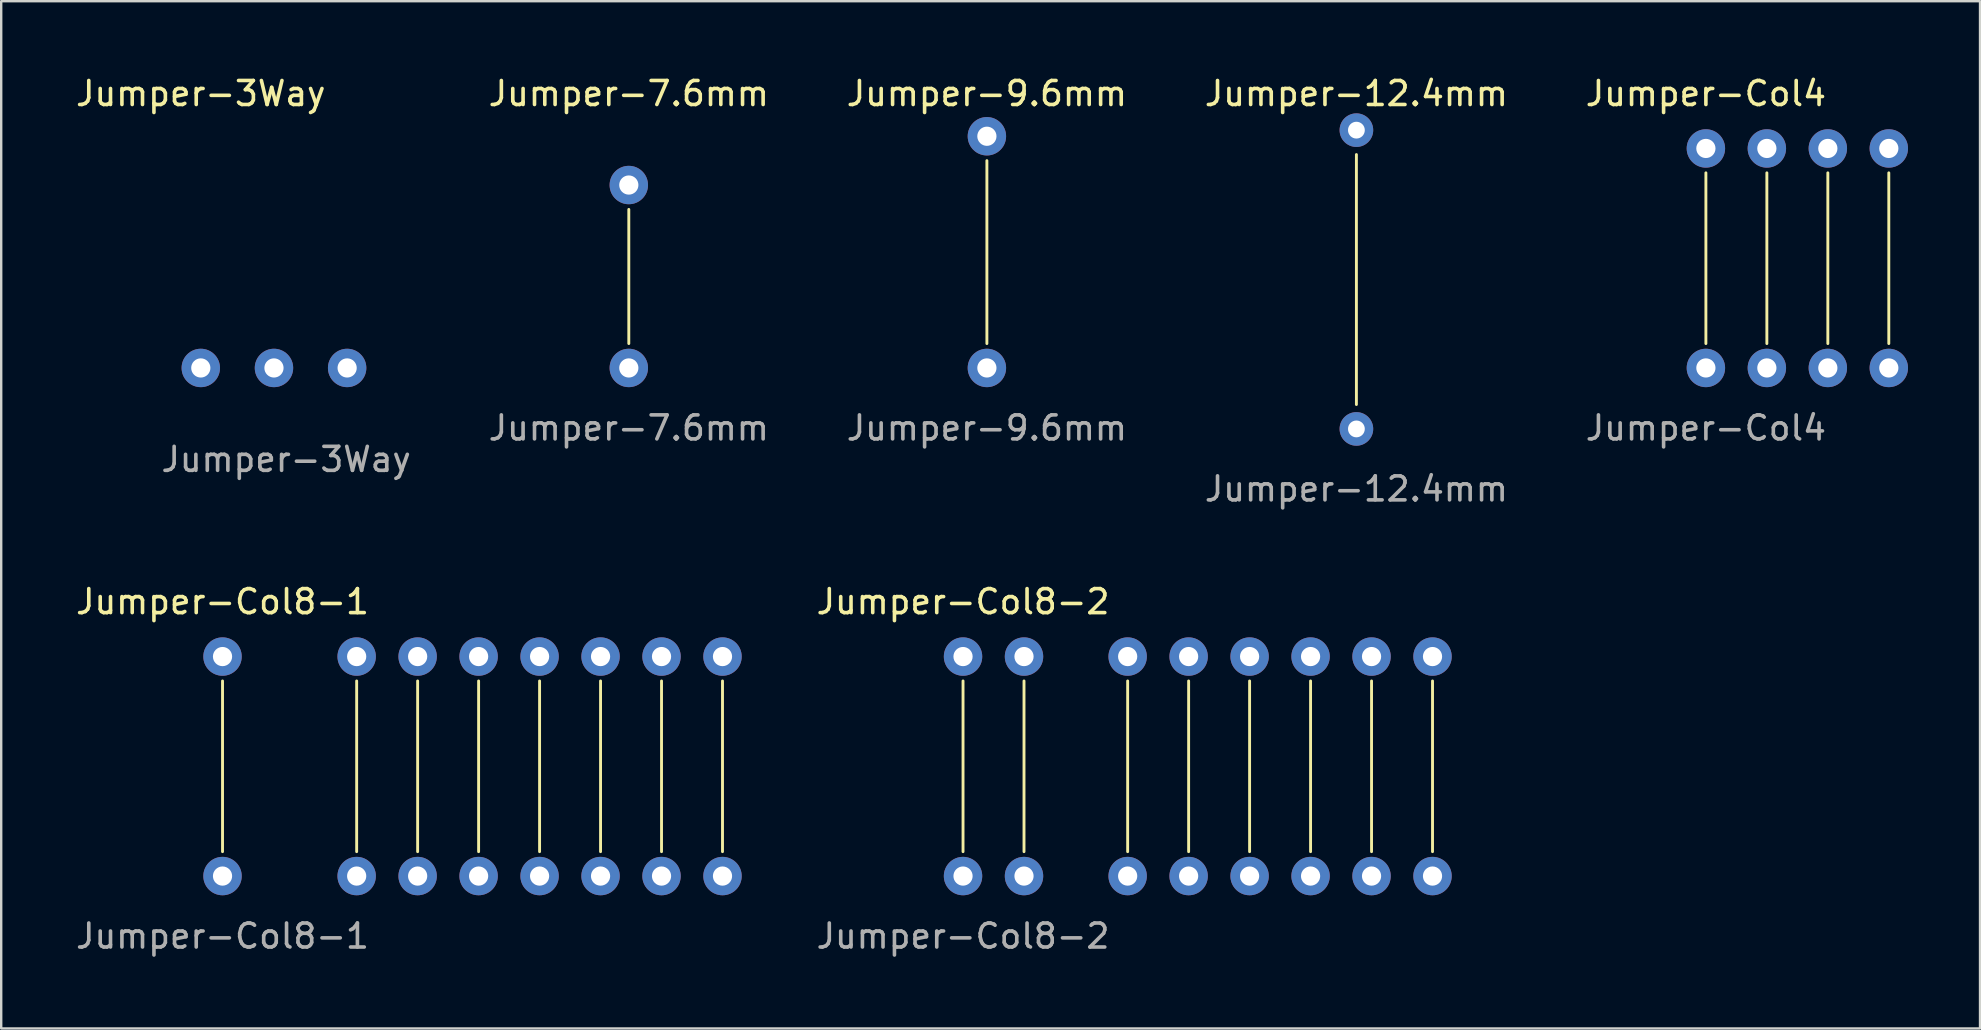
<source format=kicad_pcb>
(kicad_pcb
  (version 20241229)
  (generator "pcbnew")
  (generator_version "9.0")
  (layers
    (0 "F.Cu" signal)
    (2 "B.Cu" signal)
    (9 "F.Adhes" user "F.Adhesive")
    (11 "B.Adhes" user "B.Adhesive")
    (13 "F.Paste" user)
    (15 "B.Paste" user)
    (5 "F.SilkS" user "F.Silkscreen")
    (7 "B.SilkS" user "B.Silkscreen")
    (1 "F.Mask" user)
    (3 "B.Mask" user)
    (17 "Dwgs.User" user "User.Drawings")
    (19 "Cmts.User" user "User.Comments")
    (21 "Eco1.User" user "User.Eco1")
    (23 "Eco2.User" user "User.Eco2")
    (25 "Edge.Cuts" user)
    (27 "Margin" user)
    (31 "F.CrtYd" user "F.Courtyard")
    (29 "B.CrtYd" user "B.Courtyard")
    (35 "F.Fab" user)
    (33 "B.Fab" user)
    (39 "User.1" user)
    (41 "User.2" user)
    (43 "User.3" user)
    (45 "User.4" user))
  (footprint "Jumper-Col4"
    (layer "F.Cu")
    (at 68.014 12.278)
    (property "Reference" "Jumper-Col4" (at 0 -11.43 0) (unlocked yes) (layer "F.SilkS") (effects (font (size 1 1) (thickness 0.15))))
    (attr smd)
    (fp_line (start 0 -8.128) (end 0 -1.016) (stroke (width 0.12) (type default)) (layer "F.SilkS"))
    (fp_line (start 2.54 -8.128) (end 2.54 -1.016) (stroke (width 0.12) (type default)) (layer "F.SilkS"))
    (fp_line (start 5.08 -8.128) (end 5.08 -1.016) (stroke (width 0.12) (type default)) (layer "F.SilkS"))
    (fp_line (start 7.62 -8.128) (end 7.62 -1.016) (stroke (width 0.12) (type default)) (layer "F.SilkS"))
    (fp_text user "${REFERENCE}" (at 0 2.5 0) (unlocked yes) (layer "F.Fab") (effects (font (size 1 1) (thickness 0.15))))
    (pad "1" thru_hole circle (at 0 0) (size 1.6 1.6) (drill 0.8) (layers "*.Cu" "*.Mask"))
    (pad "2" thru_hole circle (at 2.54 0) (size 1.6 1.6) (drill 0.8) (layers "*.Cu" "*.Mask"))
    (pad "3" thru_hole circle (at 5.08 0) (size 1.6 1.6) (drill 0.8) (layers "*.Cu" "*.Mask"))
    (pad "4" thru_hole circle (at 7.62 0) (size 1.6 1.6) (drill 0.8) (layers "*.Cu" "*.Mask"))
    (pad "5" thru_hole circle (at 7.62 -9.144) (size 1.6 1.6) (drill 0.8) (layers "*.Cu" "*.Mask"))
    (pad "6" thru_hole circle (at 5.08 -9.144) (size 1.6 1.6) (drill 0.8) (layers "*.Cu" "*.Mask"))
    (pad "7" thru_hole circle (at 2.54 -9.144) (size 1.6 1.6) (drill 0.8) (layers "*.Cu" "*.Mask"))
    (pad "8" thru_hole circle (at 0 -9.144) (size 1.6 1.6) (drill 0.8) (layers "*.Cu" "*.Mask")))
  (footprint "Jumper-Col8-2"
    (layer "F.Cu")
    (at 37.068 33.445)
    (property "Reference" "Jumper-Col8-2" (at 0 -11.43 0) (unlocked yes) (layer "F.SilkS") (effects (font (size 1 1) (thickness 0.15))))
    (attr smd)
    (fp_line (start 0 -8.128) (end 0 -1.016) (stroke (width 0.12) (type default)) (layer "F.SilkS"))
    (fp_line (start 2.54 -8.128) (end 2.54 -1.016) (stroke (width 0.12) (type default)) (layer "F.SilkS"))
    (fp_line (start 6.858 -8.128) (end 6.858 -1.016) (stroke (width 0.12) (type default)) (layer "F.SilkS"))
    (fp_line (start 9.398 -8.128) (end 9.398 -1.016) (stroke (width 0.12) (type default)) (layer "F.SilkS"))
    (fp_line (start 11.938 -8.128) (end 11.938 -1.016) (stroke (width 0.12) (type default)) (layer "F.SilkS"))
    (fp_line (start 14.478 -8.128) (end 14.478 -1.016) (stroke (width 0.12) (type default)) (layer "F.SilkS"))
    (fp_line (start 17.018 -8.128) (end 17.018 -1.016) (stroke (width 0.12) (type default)) (layer "F.SilkS"))
    (fp_line (start 19.558 -8.128) (end 19.558 -1.016) (stroke (width 0.12) (type default)) (layer "F.SilkS"))
    (fp_text user "${REFERENCE}" (at 0 2.5 0) (unlocked yes) (layer "F.Fab") (effects (font (size 1 1) (thickness 0.15))))
    (pad "1" thru_hole circle (at 0 0) (size 1.6 1.6) (drill 0.8) (layers "*.Cu" "*.Mask"))
    (pad "2" thru_hole circle (at 0 -9.144) (size 1.6 1.6) (drill 0.8) (layers "*.Cu" "*.Mask"))
    (pad "3" thru_hole circle (at 2.54 0) (size 1.6 1.6) (drill 0.8) (layers "*.Cu" "*.Mask"))
    (pad "4" thru_hole circle (at 2.54 -9.144) (size 1.6 1.6) (drill 0.8) (layers "*.Cu" "*.Mask"))
    (pad "5" thru_hole circle (at 6.858 0) (size 1.6 1.6) (drill 0.8) (layers "*.Cu" "*.Mask"))
    (pad "6" thru_hole circle (at 6.858 -9.144) (size 1.6 1.6) (drill 0.8) (layers "*.Cu" "*.Mask"))
    (pad "7" thru_hole circle (at 9.398 0) (size 1.6 1.6) (drill 0.8) (layers "*.Cu" "*.Mask"))
    (pad "8" thru_hole circle (at 9.398 -9.144) (size 1.6 1.6) (drill 0.8) (layers "*.Cu" "*.Mask"))
    (pad "9" thru_hole circle (at 11.938 0) (size 1.6 1.6) (drill 0.8) (layers "*.Cu" "*.Mask"))
    (pad "10" thru_hole circle (at 11.938 -9.144) (size 1.6 1.6) (drill 0.8) (layers "*.Cu" "*.Mask"))
    (pad "11" thru_hole circle (at 14.478 0) (size 1.6 1.6) (drill 0.8) (layers "*.Cu" "*.Mask"))
    (pad "12" thru_hole circle (at 14.478 -9.144) (size 1.6 1.6) (drill 0.8) (layers "*.Cu" "*.Mask"))
    (pad "13" thru_hole circle (at 17.018 0) (size 1.6 1.6) (drill 0.8) (layers "*.Cu" "*.Mask"))
    (pad "14" thru_hole circle (at 17.018 -9.144) (size 1.6 1.6) (drill 0.8) (layers "*.Cu" "*.Mask"))
    (pad "15" thru_hole circle (at 19.558 0) (size 1.6 1.6) (drill 0.8) (layers "*.Cu" "*.Mask"))
    (pad "16" thru_hole circle (at 19.558 -9.144 90) (size 1.6 1.6) (drill 0.8) (layers "*.Cu" "*.Mask")))
  (footprint "Jumper-9.6mm"
    (layer "F.Cu")
    (at 38.062 12.278)
    (property "Reference" "Jumper-9.6mm" (at 0 -11.43 0) (unlocked yes) (layer "F.SilkS") (effects (font (size 1 1) (thickness 0.15))))
    (attr smd)
    (fp_line (start 0 -8.636) (end 0 -1.016) (stroke (width 0.12) (type default)) (layer "F.SilkS"))
    (fp_text user "${REFERENCE}" (at 0 2.5 0) (unlocked yes) (layer "F.Fab") (effects (font (size 1 1) (thickness 0.15))))
    (pad "1" thru_hole circle (at 0 0) (size 1.6 1.6) (drill 0.8) (layers "*.Cu" "*.Mask"))
    (pad "2" thru_hole circle (at 0 -9.652) (size 1.6 1.6) (drill 0.8) (layers "*.Cu" "*.Mask")))
  (footprint "Jumper-Col8-1"
    (layer "F.Cu")
    (at 6.22 33.445)
    (property "Reference" "Jumper-Col8-1" (at 0 -11.43 0) (unlocked yes) (layer "F.SilkS") (effects (font (size 1 1) (thickness 0.15))))
    (attr smd)
    (fp_line (start 0 -8.128) (end 0 -1.016) (stroke (width 0.12) (type default)) (layer "F.SilkS"))
    (fp_line (start 5.588 -8.128) (end 5.588 -1.016) (stroke (width 0.12) (type default)) (layer "F.SilkS"))
    (fp_line (start 8.128 -8.128) (end 8.128 -1.016) (stroke (width 0.12) (type default)) (layer "F.SilkS"))
    (fp_line (start 10.668 -8.128) (end 10.668 -1.016) (stroke (width 0.12) (type default)) (layer "F.SilkS"))
    (fp_line (start 13.208 -8.128) (end 13.208 -1.016) (stroke (width 0.12) (type default)) (layer "F.SilkS"))
    (fp_line (start 15.748 -8.128) (end 15.748 -1.016) (stroke (width 0.12) (type default)) (layer "F.SilkS"))
    (fp_line (start 18.288 -8.128) (end 18.288 -1.016) (stroke (width 0.12) (type default)) (layer "F.SilkS"))
    (fp_line (start 20.828 -8.128) (end 20.828 -1.016) (stroke (width 0.12) (type default)) (layer "F.SilkS"))
    (fp_text user "${REFERENCE}" (at 0 2.5 0) (unlocked yes) (layer "F.Fab") (effects (font (size 1 1) (thickness 0.15))))
    (pad "1" thru_hole circle (at 0 0) (size 1.6 1.6) (drill 0.8) (layers "*.Cu" "*.Mask"))
    (pad "2" thru_hole circle (at 0 -9.144) (size 1.6 1.6) (drill 0.8) (layers "*.Cu" "*.Mask"))
    (pad "3" thru_hole circle (at 5.588 0) (size 1.6 1.6) (drill 0.8) (layers "*.Cu" "*.Mask"))
    (pad "4" thru_hole circle (at 5.588 -9.144) (size 1.6 1.6) (drill 0.8) (layers "*.Cu" "*.Mask"))
    (pad "5" thru_hole circle (at 8.128 0) (size 1.6 1.6) (drill 0.8) (layers "*.Cu" "*.Mask"))
    (pad "6" thru_hole circle (at 8.128 -9.144) (size 1.6 1.6) (drill 0.8) (layers "*.Cu" "*.Mask"))
    (pad "7" thru_hole circle (at 10.668 0) (size 1.6 1.6) (drill 0.8) (layers "*.Cu" "*.Mask"))
    (pad "8" thru_hole circle (at 10.668 -9.144) (size 1.6 1.6) (drill 0.8) (layers "*.Cu" "*.Mask"))
    (pad "9" thru_hole circle (at 13.208 0) (size 1.6 1.6) (drill 0.8) (layers "*.Cu" "*.Mask"))
    (pad "10" thru_hole circle (at 13.208 -9.144) (size 1.6 1.6) (drill 0.8) (layers "*.Cu" "*.Mask"))
    (pad "11" thru_hole circle (at 15.748 0) (size 1.6 1.6) (drill 0.8) (layers "*.Cu" "*.Mask"))
    (pad "12" thru_hole circle (at 15.748 -9.144) (size 1.6 1.6) (drill 0.8) (layers "*.Cu" "*.Mask"))
    (pad "13" thru_hole circle (at 18.288 0) (size 1.6 1.6) (drill 0.8) (layers "*.Cu" "*.Mask"))
    (pad "14" thru_hole circle (at 18.288 -9.144) (size 1.6 1.6) (drill 0.8) (layers "*.Cu" "*.Mask"))
    (pad "15" thru_hole circle (at 20.828 0) (size 1.6 1.6) (drill 0.8) (layers "*.Cu" "*.Mask"))
    (pad "16" thru_hole circle (at 20.828 -9.144 90) (size 1.6 1.6) (drill 0.8) (layers "*.Cu" "*.Mask")))
  (footprint "Jumper-7.6mm"
    (layer "F.Cu")
    (at 23.145 12.278)
    (property "Reference" "Jumper-7.6mm" (at 0 -11.43 0) (unlocked yes) (layer "F.SilkS") (effects (font (size 1 1) (thickness 0.15))))
    (attr smd)
    (fp_line (start 0 -6.604) (end 0 -1.016) (stroke (width 0.12) (type default)) (layer "F.SilkS"))
    (fp_text user "${REFERENCE}" (at 0 2.5 0) (unlocked yes) (layer "F.Fab") (effects (font (size 1 1) (thickness 0.15))))
    (pad "1" thru_hole circle (at 0 0) (size 1.6 1.6) (drill 0.8) (layers "*.Cu" "*.Mask"))
    (pad "2" thru_hole circle (at 0 -7.62) (size 1.6 1.6) (drill 0.8) (layers "*.Cu" "*.Mask")))
  (footprint "Jumper-3Way"
    (layer "F.Cu")
    (at 5.315 12.278)
    (property "Reference" "Jumper-3Way" (at 0 -11.43 0) (unlocked yes) (layer "F.SilkS") (effects (font (size 1 1) (thickness 0.15))))
    (attr smd)
    (fp_text user "${REFERENCE}" (at 3.556 3.81 0) (unlocked yes) (layer "F.Fab") (effects (font (size 1 1) (thickness 0.15))))
    (pad "1" thru_hole circle (at 0 0) (size 1.6 1.6) (drill 0.8) (layers "*.Cu" "*.Mask"))
    (pad "2" thru_hole circle (at 3.048 0) (size 1.6 1.6) (drill 0.8) (layers "*.Cu" "*.Mask"))
    (pad "3" thru_hole circle (at 6.096 0) (size 1.6 1.6) (drill 0.8) (layers "*.Cu" "*.Mask")))
  (footprint "Jumper-12.4mm"
    (layer "F.Cu")
    (at 53.455 14.818)
    (property "Reference" "Jumper-12.4mm" (at 0 -13.97 0) (unlocked yes) (layer "F.SilkS") (effects (font (size 1 1) (thickness 0.15))))
    (attr smd)
    (fp_line (start 0 -11.43) (end 0 -1.016) (stroke (width 0.12) (type default)) (layer "F.SilkS"))
    (fp_text user "${REFERENCE}" (at 0 2.5 0) (unlocked yes) (layer "F.Fab") (effects (font (size 1 1) (thickness 0.15))))
    (pad "1" thru_hole circle (at 0 0) (size 1.4 1.4) (drill 0.7) (layers "*.Cu" "*.Mask"))
    (pad "2" thru_hole circle (at 0 -12.446) (size 1.4 1.4) (drill 0.7) (layers "*.Cu" "*.Mask")))
  (gr_rect
    (start -3 -3)
    (end 79.434 39.793)
    (stroke (width 0.1) (type default))
    (fill no)
    (layer "Edge.Cuts")))
</source>
